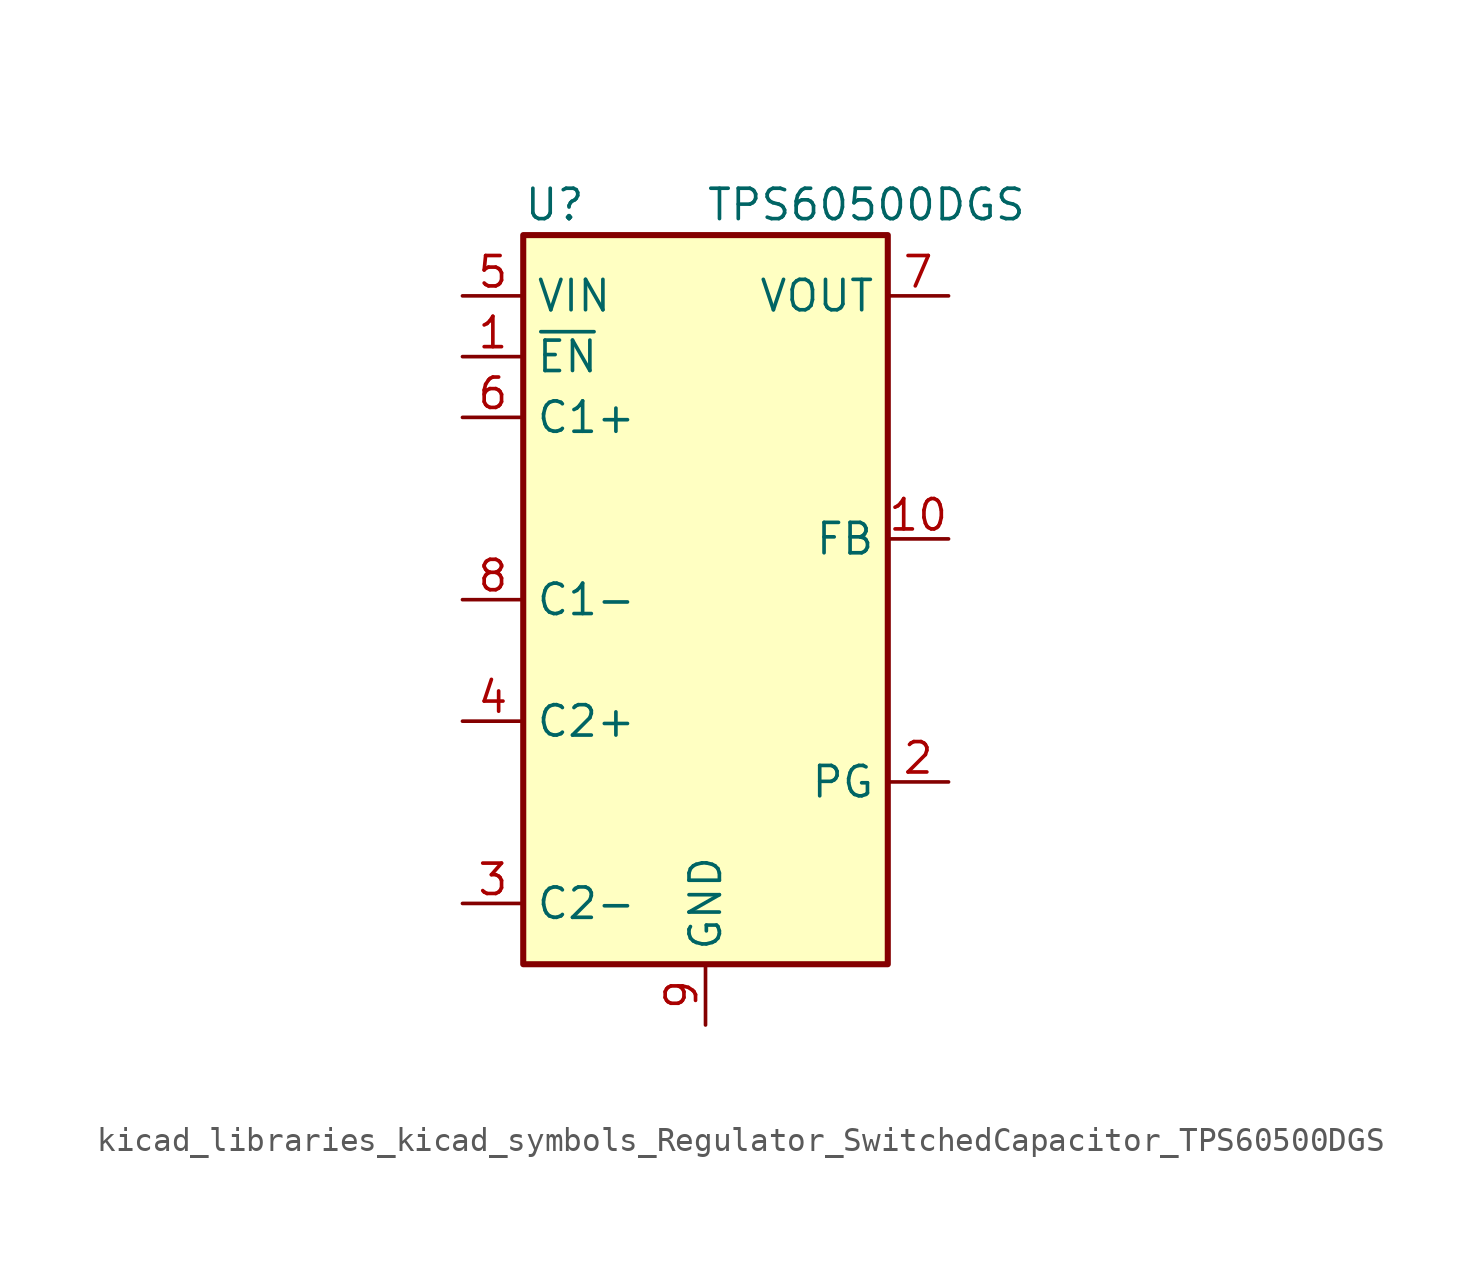
<source format=kicad_sym>
(kicad_symbol_lib
  (version 20220914)
  (generator kicad_symbol_editor)
  (symbol "kicad_libraries_kicad_symbols_Regulator_SwitchedCapacitor_TPS60500DGS"
    (property "Reference" "U"
      (at -7.62 16.51 0)
      (effects (font (size 1.27 1.27)) (justify left)))
    (property "Value" "TPS60500DGS"
      (at 0 16.51 0)
      (effects (font (size 1.27 1.27)) (justify left)))
    (symbol "kicad_libraries_kicad_symbols_Regulator_SwitchedCapacitor_TPS60500DGS_0_1"
      (rectangle (start -7.62 15.24) (end 7.62 -15.24) (stroke (width 0.254) (type default)) (fill (type background))))
    (symbol "kicad_libraries_kicad_symbols_Regulator_SwitchedCapacitor_TPS60500DGS_1_1"
      (pin input line (at -10.16 10.16 0) (length 2.54) (name "~{EN}" (effects (font (size 1.27 1.27)))) (number "1" (effects (font (size 1.27 1.27)))))
      (pin input line (at 10.16 2.54 180) (length 2.54) (name "FB" (effects (font (size 1.27 1.27)))) (number "10" (effects (font (size 1.27 1.27)))))
      (pin open_collector line (at 10.16 -7.62 180) (length 2.54) (name "PG" (effects (font (size 1.27 1.27)))) (number "2" (effects (font (size 1.27 1.27)))))
      (pin passive line (at -10.16 -12.7 0) (length 2.54) (name "C2-" (effects (font (size 1.27 1.27)))) (number "3" (effects (font (size 1.27 1.27)))))
      (pin passive line (at -10.16 -5.08 0) (length 2.54) (name "C2+" (effects (font (size 1.27 1.27)))) (number "4" (effects (font (size 1.27 1.27)))))
      (pin power_in line (at -10.16 12.7 0) (length 2.54) (name "VIN" (effects (font (size 1.27 1.27)))) (number "5" (effects (font (size 1.27 1.27)))))
      (pin passive line (at -10.16 7.62 0) (length 2.54) (name "C1+" (effects (font (size 1.27 1.27)))) (number "6" (effects (font (size 1.27 1.27)))))
      (pin power_out line (at 10.16 12.7 180) (length 2.54) (name "VOUT" (effects (font (size 1.27 1.27)))) (number "7" (effects (font (size 1.27 1.27)))))
      (pin passive line (at -10.16 0 0) (length 2.54) (name "C1-" (effects (font (size 1.27 1.27)))) (number "8" (effects (font (size 1.27 1.27)))))
      (pin power_in line (at 0 -17.78 90) (length 2.54) (name "GND" (effects (font (size 1.27 1.27)))) (number "9" (effects (font (size 1.27 1.27))))))))
</source>
